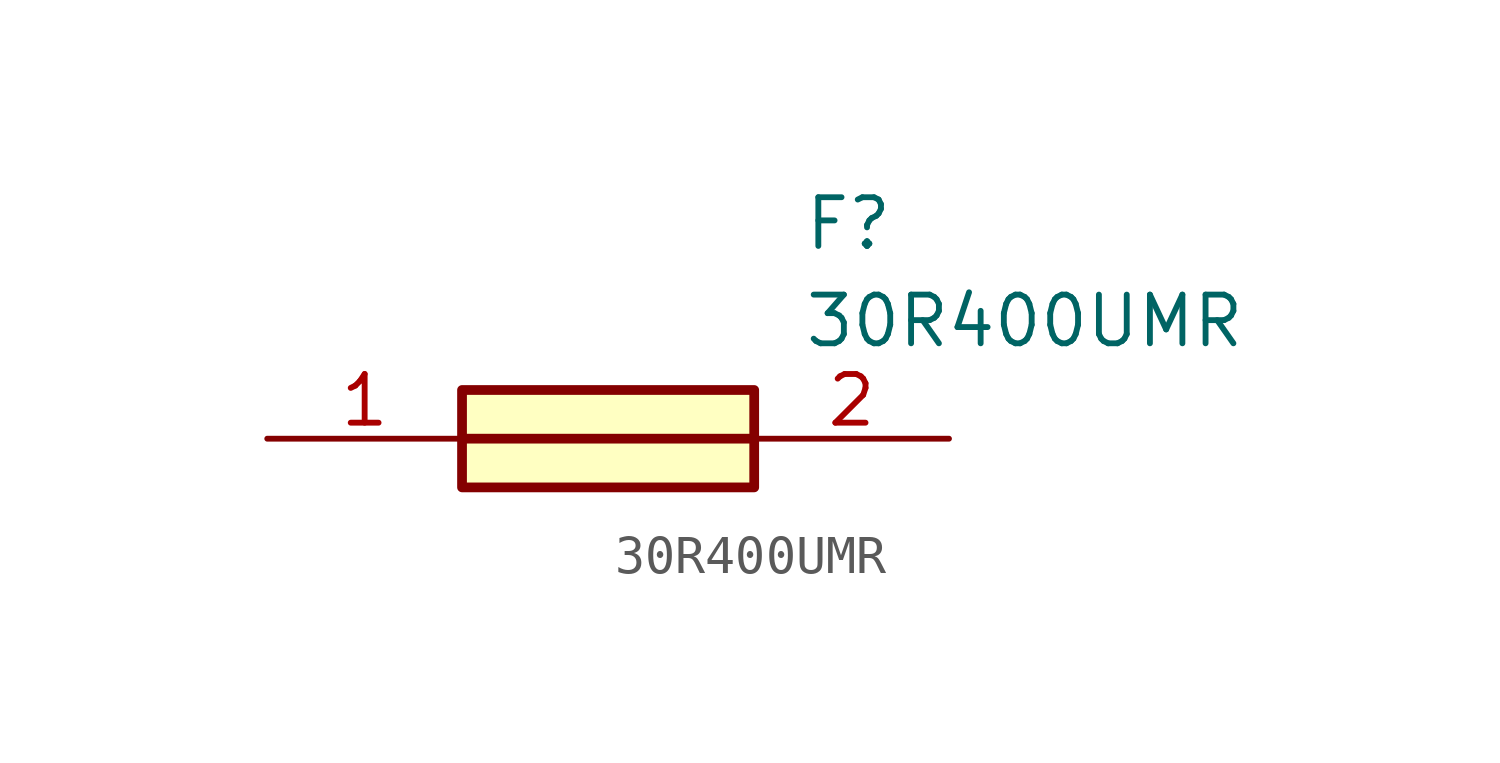
<source format=kicad_sym>
(kicad_symbol_lib
  (version 20211014)
  (generator SamacSys_ECAD_Model)
  (symbol "30R400UMR"
    (pin_names hide)
    (property "Reference" "F"
      (at 13.97 6.35 0)
      (effects (font (size 1.27 1.27)) (justify left top)))
    (property "Value" "30R400UMR"
      (at 13.97 3.81 0)
      (effects (font (size 1.27 1.27)) (justify left top)))
    (rectangle
      (start 5.08 1.27)
      (end 12.7 -1.27)
      (stroke (width 0.254) (type default))
      (fill (type background)))
    (polyline
      (pts (xy 5.08 0) (xy 12.7 0))
      (stroke (width 0.254) (type default))
      (fill (type none)))
    (pin passive line
      (at 0 0 0)
      (length 5.08)
      (name "1" (effects (font (size 1.27 1.27))))
      (number "1" (effects (font (size 1.27 1.27)))))
    (pin passive line
      (at 17.78 0 180)
      (length 5.08)
      (name "2" (effects (font (size 1.27 1.27))))
      (number "2" (effects (font (size 1.27 1.27)))))))
</source>
